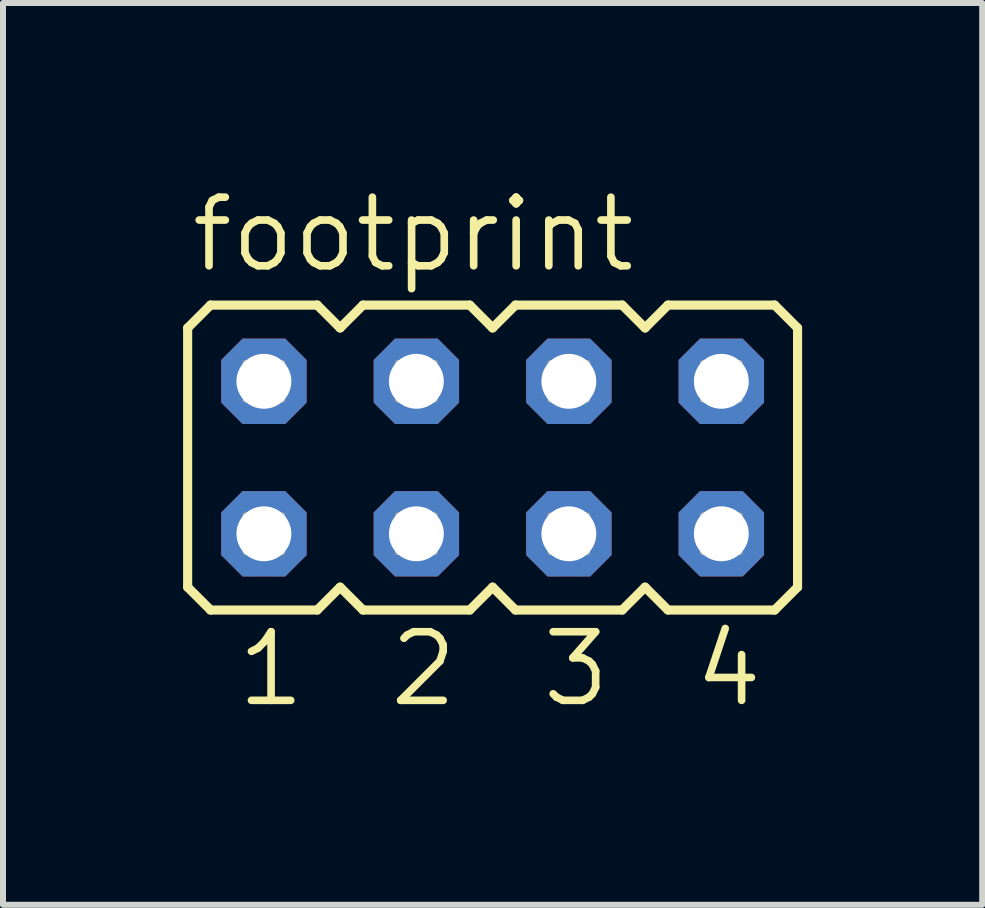
<source format=kicad_pcb>
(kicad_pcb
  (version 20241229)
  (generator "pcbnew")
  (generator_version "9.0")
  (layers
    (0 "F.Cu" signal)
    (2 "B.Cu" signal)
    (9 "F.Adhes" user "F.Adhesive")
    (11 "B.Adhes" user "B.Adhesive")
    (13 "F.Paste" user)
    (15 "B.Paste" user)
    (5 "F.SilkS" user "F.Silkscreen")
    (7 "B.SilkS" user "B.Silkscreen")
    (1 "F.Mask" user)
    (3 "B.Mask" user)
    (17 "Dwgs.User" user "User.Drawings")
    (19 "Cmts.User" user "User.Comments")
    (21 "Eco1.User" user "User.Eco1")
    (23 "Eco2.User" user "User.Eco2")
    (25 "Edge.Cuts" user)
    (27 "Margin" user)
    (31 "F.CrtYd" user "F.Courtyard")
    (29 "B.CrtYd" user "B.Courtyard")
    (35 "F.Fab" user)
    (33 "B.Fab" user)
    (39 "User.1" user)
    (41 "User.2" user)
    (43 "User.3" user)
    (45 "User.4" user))
  (footprint "footprint"
    (layer "F.Cu")
    (at 5.156 4.572)
    (property "Reference" "footprint" (at -5.08 -3.048 0) (layer "F.SilkS") (effects (font (size 1.143 1.143) (thickness 0.127)) (justify left bottom)))
    (fp_line (start -5.08 -2.159) (end -4.699 -2.54) (stroke (width 0.152) (type solid)) (layer "F.SilkS"))
    (fp_line (start -5.08 2.159) (end -5.08 -2.159) (stroke (width 0.152) (type solid)) (layer "F.SilkS"))
    (fp_line (start -5.08 2.159) (end -4.699 2.54) (stroke (width 0.152) (type solid)) (layer "F.SilkS"))
    (fp_line (start -4.699 -2.54) (end -2.921 -2.54) (stroke (width 0.152) (type solid)) (layer "F.SilkS"))
    (fp_line (start -4.699 2.54) (end -2.921 2.54) (stroke (width 0.152) (type solid)) (layer "F.SilkS"))
    (fp_line (start -2.921 -2.54) (end -2.54 -2.159) (stroke (width 0.152) (type solid)) (layer "F.SilkS"))
    (fp_line (start -2.54 -2.159) (end -2.159 -2.54) (stroke (width 0.152) (type solid)) (layer "F.SilkS"))
    (fp_line (start -2.54 2.159) (end -2.921 2.54) (stroke (width 0.152) (type solid)) (layer "F.SilkS"))
    (fp_line (start -2.54 2.159) (end -2.159 2.54) (stroke (width 0.152) (type solid)) (layer "F.SilkS"))
    (fp_line (start -2.159 -2.54) (end -0.381 -2.54) (stroke (width 0.152) (type solid)) (layer "F.SilkS"))
    (fp_line (start -0.381 2.54) (end -2.159 2.54) (stroke (width 0.152) (type solid)) (layer "F.SilkS"))
    (fp_line (start 0 -2.159) (end -0.381 -2.54) (stroke (width 0.152) (type solid)) (layer "F.SilkS"))
    (fp_line (start 0 -2.159) (end 0.381 -2.54) (stroke (width 0.152) (type solid)) (layer "F.SilkS"))
    (fp_line (start 0 2.159) (end -0.381 2.54) (stroke (width 0.152) (type solid)) (layer "F.SilkS"))
    (fp_line (start 0 2.159) (end 0.381 2.54) (stroke (width 0.152) (type solid)) (layer "F.SilkS"))
    (fp_line (start 0.381 -2.54) (end 2.159 -2.54) (stroke (width 0.152) (type solid)) (layer "F.SilkS"))
    (fp_line (start 2.159 2.54) (end 0.381 2.54) (stroke (width 0.152) (type solid)) (layer "F.SilkS"))
    (fp_line (start 2.159 2.54) (end 2.54 2.159) (stroke (width 0.152) (type solid)) (layer "F.SilkS"))
    (fp_line (start 2.54 -2.159) (end 2.159 -2.54) (stroke (width 0.152) (type solid)) (layer "F.SilkS"))
    (fp_line (start 2.54 -2.159) (end 2.921 -2.54) (stroke (width 0.152) (type solid)) (layer "F.SilkS"))
    (fp_line (start 2.54 2.159) (end 2.921 2.54) (stroke (width 0.152) (type solid)) (layer "F.SilkS"))
    (fp_line (start 2.921 -2.54) (end 4.699 -2.54) (stroke (width 0.152) (type solid)) (layer "F.SilkS"))
    (fp_line (start 4.699 2.54) (end 2.921 2.54) (stroke (width 0.152) (type solid)) (layer "F.SilkS"))
    (fp_line (start 4.699 2.54) (end 5.08 2.159) (stroke (width 0.152) (type solid)) (layer "F.SilkS"))
    (fp_line (start 5.08 -2.159) (end 4.699 -2.54) (stroke (width 0.152) (type solid)) (layer "F.SilkS"))
    (fp_line (start 5.08 -2.159) (end 5.08 2.159) (stroke (width 0.152) (type solid)) (layer "F.SilkS"))
    (fp_poly (pts (xy -4.115 -0.965) (xy -3.505 -0.965) (xy -3.505 -1.575) (xy -4.115 -1.575)) (stroke (width 0.1) (type solid)) (fill no) (layer "F.Fab"))
    (fp_poly (pts (xy -4.115 1.575) (xy -3.505 1.575) (xy -3.505 0.965) (xy -4.115 0.965)) (stroke (width 0.1) (type solid)) (fill no) (layer "F.Fab"))
    (fp_poly (pts (xy -1.575 -0.965) (xy -0.965 -0.965) (xy -0.965 -1.575) (xy -1.575 -1.575)) (stroke (width 0.1) (type solid)) (fill no) (layer "F.Fab"))
    (fp_poly (pts (xy -1.575 1.575) (xy -0.965 1.575) (xy -0.965 0.965) (xy -1.575 0.965)) (stroke (width 0.1) (type solid)) (fill no) (layer "F.Fab"))
    (fp_poly (pts (xy 0.965 -0.965) (xy 1.575 -0.965) (xy 1.575 -1.575) (xy 0.965 -1.575)) (stroke (width 0.1) (type solid)) (fill no) (layer "F.Fab"))
    (fp_poly (pts (xy 0.965 1.575) (xy 1.575 1.575) (xy 1.575 0.965) (xy 0.965 0.965)) (stroke (width 0.1) (type solid)) (fill no) (layer "F.Fab"))
    (fp_poly (pts (xy 3.505 -0.965) (xy 4.115 -0.965) (xy 4.115 -1.575) (xy 3.505 -1.575)) (stroke (width 0.1) (type solid)) (fill no) (layer "F.Fab"))
    (fp_poly (pts (xy 3.505 1.575) (xy 4.115 1.575) (xy 4.115 0.965) (xy 3.505 0.965)) (stroke (width 0.1) (type solid)) (fill no) (layer "F.Fab"))
    (fp_text user "1" (at -4.318 4.191 0) (layer "F.SilkS") (effects (font (size 1.143 1.143) (thickness 0.127)) (justify left bottom)))
    (fp_text user "3" (at 0.762 4.191 0) (layer "F.SilkS") (effects (font (size 1.143 1.143) (thickness 0.127)) (justify left bottom)))
    (fp_text user "4" (at 3.302 4.191 0) (layer "F.SilkS") (effects (font (size 1.143 1.143) (thickness 0.127)) (justify left bottom)))
    (fp_text user "2" (at -1.778 4.191 0) (layer "F.SilkS") (effects (font (size 1.143 1.143) (thickness 0.127)) (justify left bottom)))
    (pad "1" thru_hole roundrect (at -3.81 1.27) (size 1.422 1.422) (drill 0.914) (layers "*.Cu" "*.Mask") (roundrect_rratio 0.25) (chamfer_ratio 0.25) (chamfer top_left top_right bottom_left bottom_right))
    (pad "2" thru_hole roundrect (at -3.81 -1.27) (size 1.422 1.422) (drill 0.914) (layers "*.Cu" "*.Mask") (roundrect_rratio 0.25) (chamfer_ratio 0.25) (chamfer top_left top_right bottom_left bottom_right))
    (pad "3" thru_hole roundrect (at -1.27 1.27) (size 1.422 1.422) (drill 0.914) (layers "*.Cu" "*.Mask") (roundrect_rratio 0.25) (chamfer_ratio 0.25) (chamfer top_left top_right bottom_left bottom_right))
    (pad "4" thru_hole roundrect (at -1.27 -1.27) (size 1.422 1.422) (drill 0.914) (layers "*.Cu" "*.Mask") (roundrect_rratio 0.25) (chamfer_ratio 0.25) (chamfer top_left top_right bottom_left bottom_right))
    (pad "5" thru_hole roundrect (at 1.27 1.27) (size 1.422 1.422) (drill 0.914) (layers "*.Cu" "*.Mask") (roundrect_rratio 0.25) (chamfer_ratio 0.25) (chamfer top_left top_right bottom_left bottom_right))
    (pad "6" thru_hole roundrect (at 1.27 -1.27) (size 1.422 1.422) (drill 0.914) (layers "*.Cu" "*.Mask") (roundrect_rratio 0.25) (chamfer_ratio 0.25) (chamfer top_left top_right bottom_left bottom_right))
    (pad "7" thru_hole roundrect (at 3.81 1.27) (size 1.422 1.422) (drill 0.914) (layers "*.Cu" "*.Mask") (roundrect_rratio 0.25) (chamfer_ratio 0.25) (chamfer top_left top_right bottom_left bottom_right))
    (pad "8" thru_hole roundrect (at 3.81 -1.27) (size 1.422 1.422) (drill 0.914) (layers "*.Cu" "*.Mask") (roundrect_rratio 0.25) (chamfer_ratio 0.25) (chamfer top_left top_right bottom_left bottom_right)))
  (gr_rect
    (start -3 -3)
    (end 13.312 12.022)
    (stroke (width 0.1) (type default))
    (fill no)
    (layer "Edge.Cuts")))
</source>
